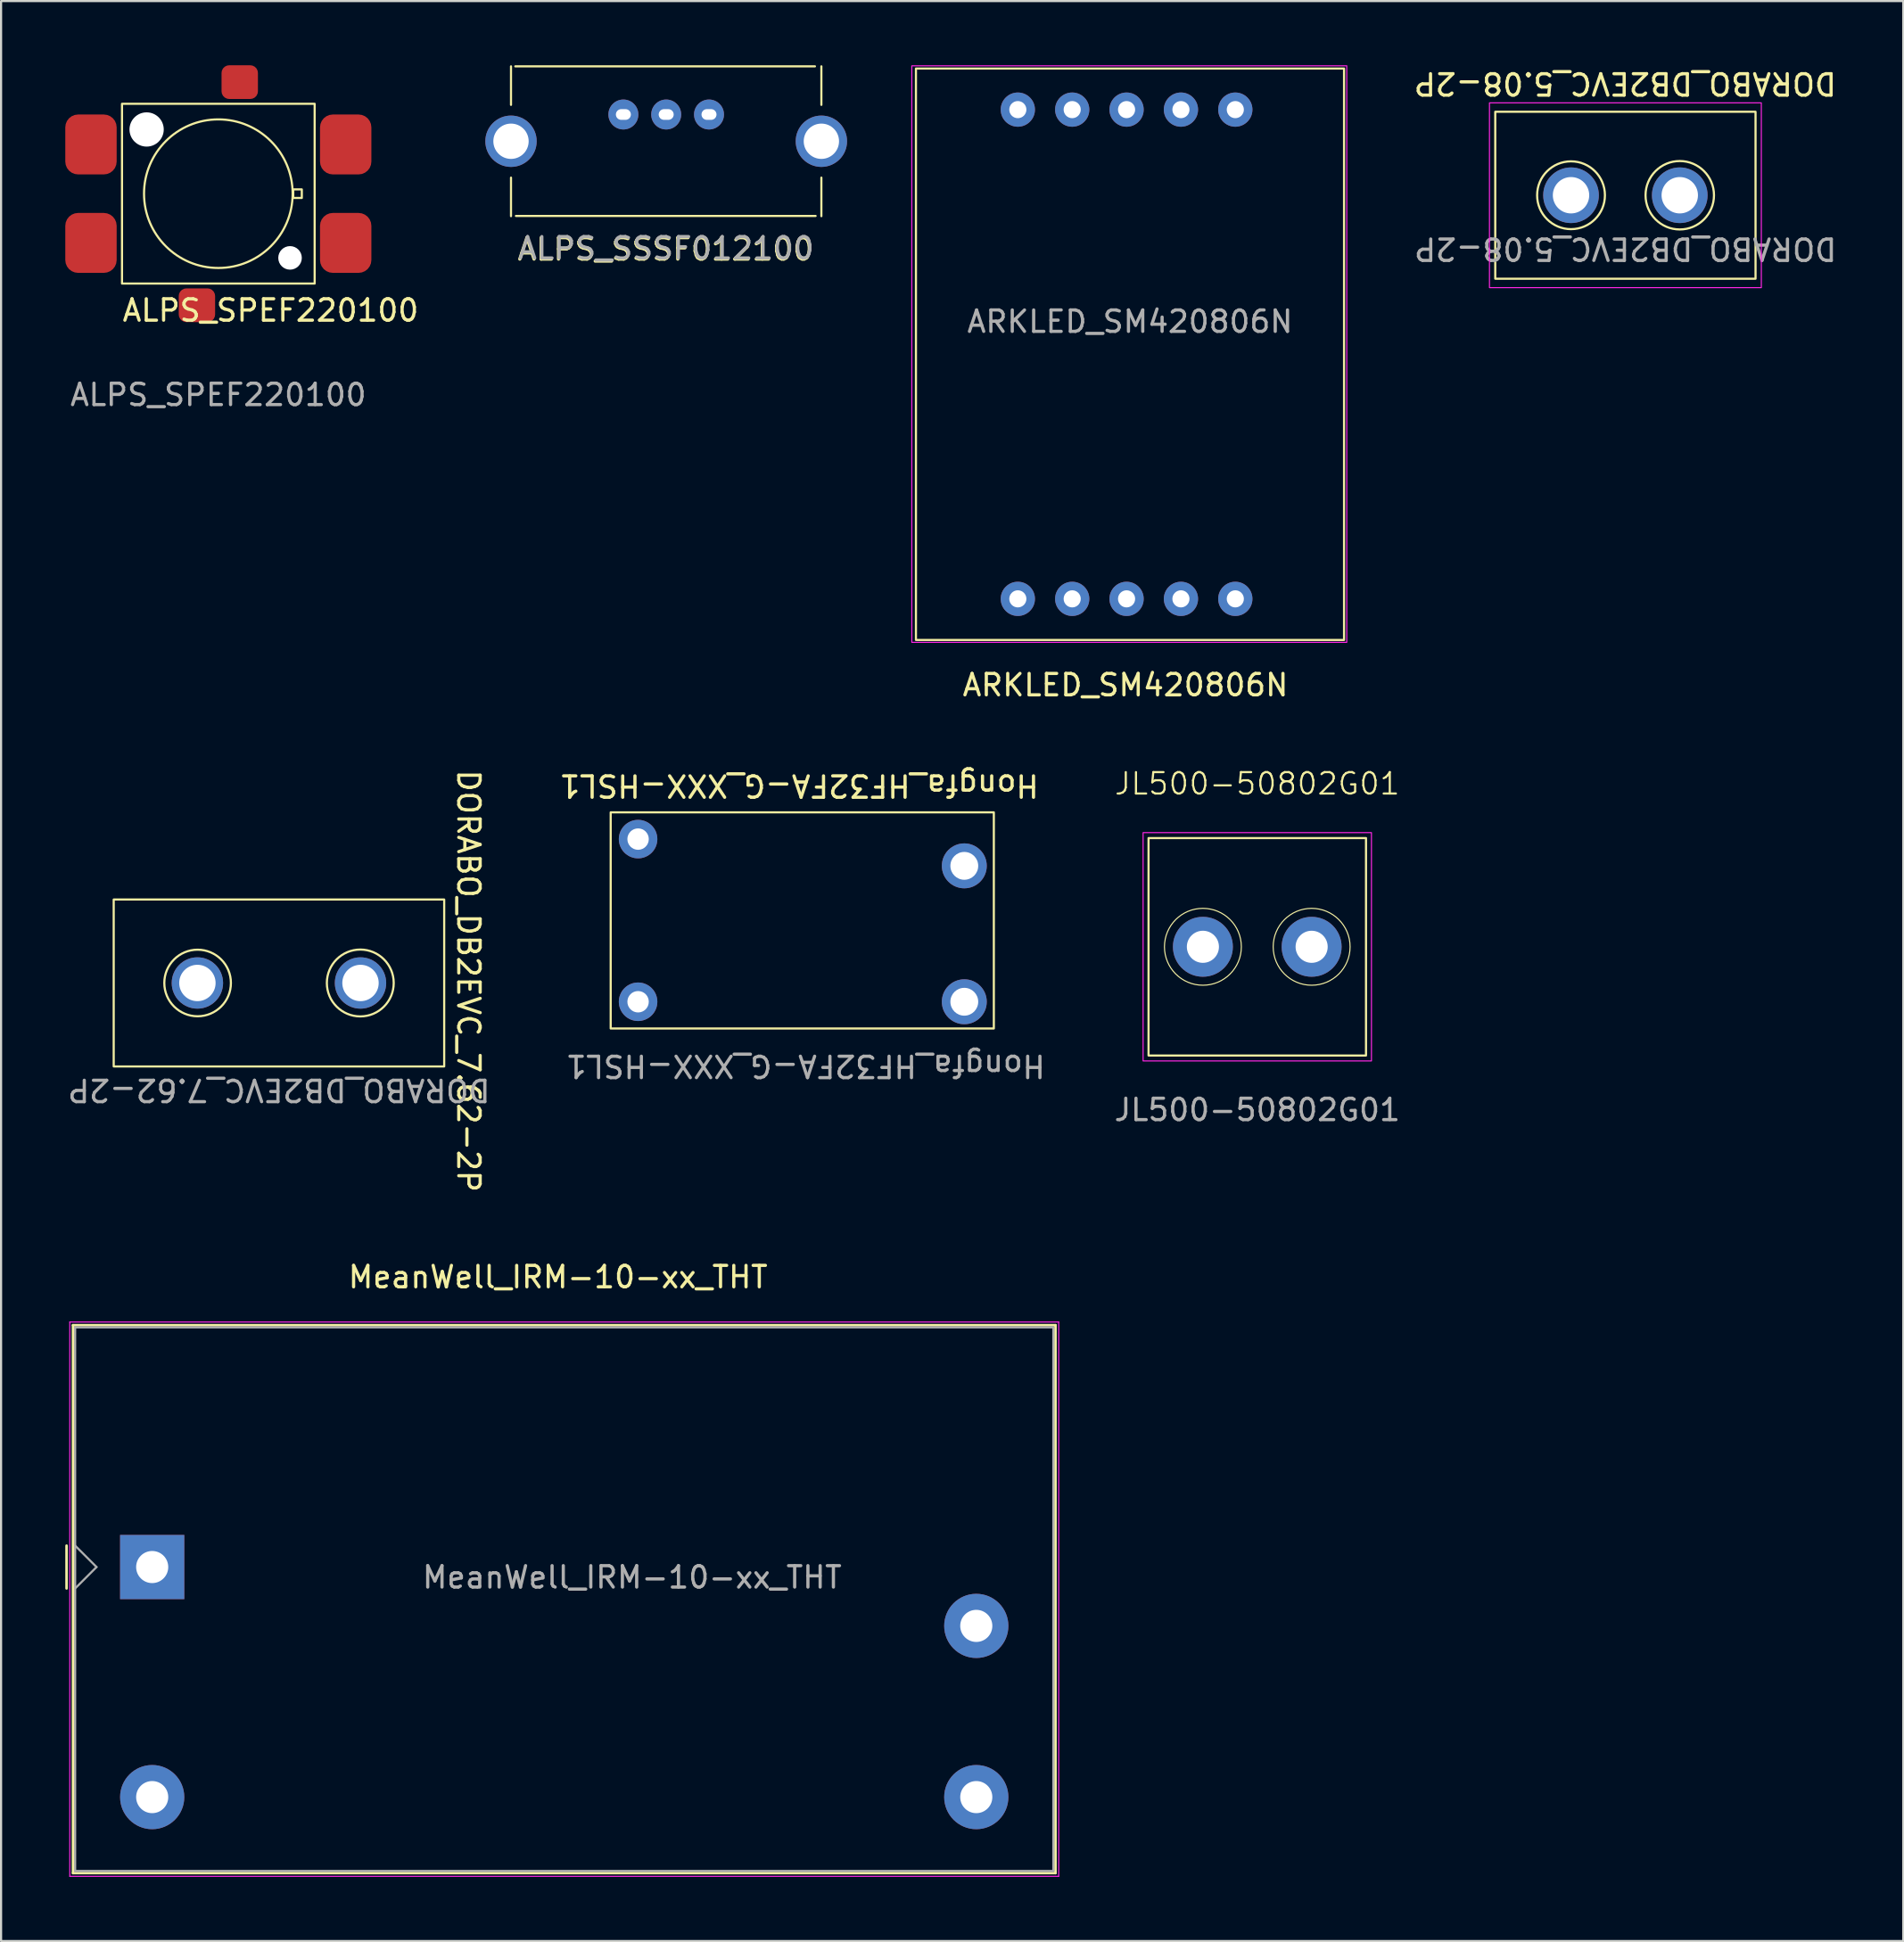
<source format=kicad_pcb>
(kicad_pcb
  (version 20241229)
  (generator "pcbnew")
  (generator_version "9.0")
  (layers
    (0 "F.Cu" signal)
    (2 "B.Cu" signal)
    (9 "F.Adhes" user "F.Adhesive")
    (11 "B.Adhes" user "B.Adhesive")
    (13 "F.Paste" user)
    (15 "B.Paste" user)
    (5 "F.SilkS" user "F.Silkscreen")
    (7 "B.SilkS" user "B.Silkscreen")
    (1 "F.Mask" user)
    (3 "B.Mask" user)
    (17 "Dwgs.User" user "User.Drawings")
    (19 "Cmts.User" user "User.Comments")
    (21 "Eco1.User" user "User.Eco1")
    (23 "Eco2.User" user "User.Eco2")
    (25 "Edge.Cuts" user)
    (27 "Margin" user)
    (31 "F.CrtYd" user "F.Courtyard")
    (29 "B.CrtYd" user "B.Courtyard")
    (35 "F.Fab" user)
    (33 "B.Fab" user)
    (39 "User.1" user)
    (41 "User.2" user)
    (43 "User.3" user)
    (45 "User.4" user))
  (footprint "ALPS_SSSF012100"
    (layer "F.Cu")
    (at 28.073 3.55)
    (property "Reference" "ALPS_SSSF012100" (at -0.03 5.05 0) (unlocked yes) (layer "F.SilkS") (effects (font (size 1 1) (thickness 0.15))))
    (attr through_hole)
    (fp_line (start -7.25 -3.5) (end -7.25 -1.7) (stroke (width 0.1) (type default)) (layer "F.SilkS"))
    (fp_line (start -7.25 3.5) (end -7.25 1.7) (stroke (width 0.1) (type default)) (layer "F.SilkS"))
    (fp_line (start -7.05 -3.5) (end 6.95 -3.5) (stroke (width 0.1) (type default)) (layer "F.SilkS"))
    (fp_line (start -7.02 3.49) (end 6.98 3.49) (stroke (width 0.1) (type default)) (layer "F.SilkS"))
    (fp_line (start 7.25 -3.5) (end 7.25 -1.7) (stroke (width 0.1) (type default)) (layer "F.SilkS"))
    (fp_line (start 7.25 3.5) (end 7.25 1.7) (stroke (width 0.1) (type default)) (layer "F.SilkS"))
    (fp_text user "${REFERENCE}" (at 0 5 0) (unlocked yes) (layer "F.Fab") (effects (font (size 1 1) (thickness 0.15))))
    (pad "" np_thru_hole circle (at -7.25 0) (size 2.4 2.4) (drill 1.65) (layers "*.Cu" "*.Mask"))
    (pad "" np_thru_hole circle (at 7.25 0) (size 2.4 2.4) (drill 1.65) (layers "*.Cu" "*.Mask"))
    (pad "1" thru_hole circle (at -2 -1.25) (size 1.4 1.4) (drill oval 0.7 0.5) (layers "*.Cu" "*.Mask"))
    (pad "2" thru_hole circle (at 0 -1.25) (size 1.4 1.4) (drill oval 0.7 0.5) (layers "*.Cu" "*.Mask"))
    (pad "3" thru_hole circle (at 2 -1.25) (size 1.4 1.4) (drill oval 0.7 0.5) (layers "*.Cu" "*.Mask")))
  (footprint "ARKLED_SM420806N"
    (layer "F.Cu")
    (at 49.741 13.502)
    (property "Reference" "ARKLED_SM420806N" (at -0.212 15.459 0) (unlocked yes) (layer "F.SilkS") (effects (font (size 1 1) (thickness 0.15))))
    (attr through_hole)
    (fp_rect (start -10 -13.35) (end 10 13.35) (stroke (width 0.1) (type default)) (fill no) (layer "F.SilkS"))
    (fp_rect (start -10.193 -13.477) (end 10.127 13.463) (stroke (width 0.05) (type default)) (fill no) (layer "F.CrtYd"))
    (fp_text user "${REFERENCE}" (at 0 -1.524 0) (unlocked yes) (layer "F.Fab") (effects (font (size 1 1) (thickness 0.15))))
    (pad "1" thru_hole circle (at -5.24 11.43) (size 1.6 1.6) (drill 0.8) (layers "*.Cu" "*.Mask"))
    (pad "2" thru_hole circle (at -2.7 11.43) (size 1.6 1.6) (drill 0.8) (layers "*.Cu" "*.Mask"))
    (pad "3" thru_hole circle (at -0.16 11.43) (size 1.6 1.6) (drill 0.8) (layers "*.Cu" "*.Mask"))
    (pad "4" thru_hole circle (at 2.38 11.43) (size 1.6 1.6) (drill 0.8) (layers "*.Cu" "*.Mask"))
    (pad "5" thru_hole circle (at 4.92 11.43) (size 1.6 1.6) (drill 0.8) (layers "*.Cu" "*.Mask"))
    (pad "6" thru_hole circle (at 4.92 -11.43) (size 1.6 1.6) (drill 0.8) (layers "*.Cu" "*.Mask"))
    (pad "7" thru_hole circle (at 2.38 -11.43) (size 1.6 1.6) (drill 0.8) (layers "*.Cu" "*.Mask"))
    (pad "8" thru_hole circle (at -0.16 -11.43) (size 1.6 1.6) (drill 0.8) (layers "*.Cu" "*.Mask"))
    (pad "9" thru_hole circle (at -2.7 -11.43) (size 1.6 1.6) (drill 0.8) (layers "*.Cu" "*.Mask"))
    (pad "10" thru_hole circle (at -5.24 -11.43) (size 1.6 1.6) (drill 0.8) (layers "*.Cu" "*.Mask")))
  (footprint "DORABO_DB2EVC_5.08-2P"
    (layer "F.Cu")
    (at 72.885 6.073)
    (property "Reference" "DORABO_DB2EVC_5.08-2P" (at -0.01 -5.225 180) (unlocked yes) (layer "F.SilkS") (effects (font (size 1 1) (thickness 0.15))))
    (attr through_hole)
    (fp_rect (start 6.08 3.9) (end -6.08 -3.9) (stroke (width 0.1) (type default)) (fill no) (layer "F.SilkS"))
    (fp_circle (center -2.54 0) (end -1.4 1.1) (stroke (width 0.1) (type default)) (fill no) (layer "F.SilkS"))
    (fp_circle (center 2.54 0) (end 3.7 1.1) (stroke (width 0.1) (type default)) (fill no) (layer "F.SilkS"))
    (fp_rect (start 6.35 4.318) (end -6.35 -4.318) (stroke (width 0.05) (type default)) (fill no) (layer "F.CrtYd"))
    (fp_text user "${REFERENCE}" (at 0 2.5 180) (unlocked yes) (layer "F.Fab") (effects (font (size 1 1) (thickness 0.15))))
    (pad "1" thru_hole circle (at -2.54 0 180) (size 2.6 2.6) (drill 1.7) (layers "*.Cu" "*.Mask"))
    (pad "2" thru_hole circle (at 2.54 0 180) (size 2.6 2.6) (drill 1.7) (layers "*.Cu" "*.Mask")))
  (footprint "MeanWell_IRM-10-xx_THT"
    (layer "F.Cu")
    (at 4.06 70.172)
    (property "Reference" "MeanWell_IRM-10-xx_THT" (at 18.957 -13.55 0) (layer "F.SilkS") (effects (font (size 1 1) (thickness 0.15))))
    (attr through_hole)
    (fp_line (start -4 1) (end -4 -1) (stroke (width 0.12) (type solid)) (layer "F.SilkS"))
    (fp_line (start -3.7 14.3) (end -3.7 -11.3) (stroke (width 0.12) (type solid)) (layer "F.SilkS"))
    (fp_line (start 42.2 -11.3) (end -3.7 -11.3) (stroke (width 0.12) (type solid)) (layer "F.SilkS"))
    (fp_line (start 42.2 14.3) (end -3.7 14.3) (stroke (width 0.12) (type solid)) (layer "F.SilkS"))
    (fp_line (start 42.2 14.3) (end 42.2 -11.3) (stroke (width 0.12) (type solid)) (layer "F.SilkS"))
    (fp_line (start -3.85 14.45) (end -3.85 -11.45) (stroke (width 0.05) (type solid)) (layer "F.CrtYd"))
    (fp_line (start 42.35 -11.45) (end -3.85 -11.45) (stroke (width 0.05) (type solid)) (layer "F.CrtYd"))
    (fp_line (start 42.35 14.45) (end -3.85 14.45) (stroke (width 0.05) (type solid)) (layer "F.CrtYd"))
    (fp_line (start 42.35 14.45) (end 42.35 -11.45) (stroke (width 0.05) (type solid)) (layer "F.CrtYd"))
    (fp_line (start -3.6 -11.2) (end 42.1 -11.2) (stroke (width 0.1) (type solid)) (layer "F.Fab"))
    (fp_line (start -3.6 14.2) (end -3.6 -11.2) (stroke (width 0.1) (type solid)) (layer "F.Fab"))
    (fp_line (start -2.6 0) (end -3.6 -1) (stroke (width 0.1) (type solid)) (layer "F.Fab"))
    (fp_line (start -2.6 0) (end -3.6 1) (stroke (width 0.1) (type solid)) (layer "F.Fab"))
    (fp_line (start 42.1 14.2) (end -3.6 14.2) (stroke (width 0.1) (type solid)) (layer "F.Fab"))
    (fp_line (start 42.1 14.2) (end 42.1 -11.2) (stroke (width 0.1) (type solid)) (layer "F.Fab"))
    (fp_text user "${REFERENCE}" (at 22.42 0.48 0) (layer "F.Fab") (effects (font (size 1 1) (thickness 0.15))))
    (pad "1" thru_hole rect (at 0 0 180) (size 3 3) (drill 1.5) (layers "*.Cu" "*.Mask"))
    (pad "2" thru_hole circle (at 0 10.75 180) (size 3 3) (drill 1.5) (layers "*.Cu" "*.Mask"))
    (pad "3" thru_hole circle (at 38.5 10.75 180) (size 3 3) (drill 1.5) (layers "*.Cu" "*.Mask"))
    (pad "4" thru_hole circle (at 38.5 2.75 180) (size 3 3) (drill 1.5) (layers "*.Cu" "*.Mask")))
  (footprint "ALPS_SPEF220100"
    (layer "F.Cu")
    (at 7.15 6)
    (property "Reference" "ALPS_SPEF220100" (at 2.443 5.455 0) (unlocked yes) (layer "F.SilkS") (effects (font (size 1 1) (thickness 0.15))))
    (attr smd)
    (fp_rect (start -4.5 -4.2) (end 4.5 4.2) (stroke (width 0.1) (type default)) (fill no) (layer "F.SilkS"))
    (fp_rect (start 3.5 -0.2) (end 3.9 0.2) (stroke (width 0.1) (type default)) (fill no) (layer "F.SilkS"))
    (fp_circle (center 0 0) (end 2.3 2.6) (stroke (width 0.1) (type default)) (fill no) (layer "F.SilkS"))
    (fp_text user "${REFERENCE}" (at 0 9.4 0) (unlocked yes) (layer "F.Fab") (effects (font (size 1 1) (thickness 0.15))))
    (pad "" np_thru_hole circle (at -3.35 -3) (size 1.6 1.6) (drill 1.6) (layers "*.Cu" "*.Mask"))
    (pad "" smd roundrect (at -1 5.213) (size 1.7 1.575) (layers "F.Cu" "F.Mask" "F.Paste") (roundrect_rratio 0.227))
    (pad "" smd roundrect (at 1 -5.213) (size 1.7 1.575) (layers "F.Cu" "F.Mask" "F.Paste") (roundrect_rratio 0.227))
    (pad "" np_thru_hole circle (at 3.35 3) (size 1.1 1.1) (drill 1.1) (layers "*.Cu" "*.Mask"))
    (pad "1" smd roundrect (at 5.95 -2.3) (size 2.4 2.8) (layers "F.Cu" "F.Mask" "F.Paste") (roundrect_rratio 0.25))
    (pad "2" smd roundrect (at 5.95 2.3) (size 2.4 2.8) (layers "F.Cu" "F.Mask" "F.Paste") (roundrect_rratio 0.25))
    (pad "3" smd roundrect (at -5.95 -2.3) (size 2.4 2.8) (layers "F.Cu" "F.Mask" "F.Paste") (roundrect_rratio 0.25))
    (pad "3" smd roundrect (at -5.95 2.3) (size 2.4 2.8) (layers "F.Cu" "F.Mask" "F.Paste") (roundrect_rratio 0.25)))
  (footprint "JL500-50802G01"
    (layer "F.Cu")
    (at 55.687 41.19)
    (property "Reference" "JL500-50802G01" (at 0 -7.62 0) (unlocked yes) (layer "F.SilkS") (effects (font (size 1 1) (thickness 0.1))))
    (attr through_hole)
    (fp_rect (start -5.08 -5.08) (end 5.08 5.08) (stroke (width 0.1) (type default)) (fill no) (layer "F.SilkS"))
    (fp_circle (center -2.54 0) (end -1.27 1.27) (stroke (width 0.05) (type solid)) (fill no) (layer "F.SilkS"))
    (fp_circle (center 2.54 0) (end 3.81 1.27) (stroke (width 0.05) (type solid)) (fill no) (layer "F.SilkS"))
    (fp_rect (start -5.334 -5.334) (end 5.334 5.334) (stroke (width 0.05) (type default)) (fill no) (layer "F.CrtYd"))
    (fp_text user "${REFERENCE}" (at 0 7.62 0) (unlocked yes) (layer "F.Fab") (effects (font (size 1 1) (thickness 0.15))))
    (pad "1" thru_hole circle (at -2.54 0) (size 2.8 2.8) (drill 1.5) (layers "*.Cu" "*.Mask"))
    (pad "2" thru_hole circle (at 2.54 0) (size 2.8 2.8) (drill 1.5) (layers "*.Cu" "*.Mask")))
  (footprint "Hongfa_HF32FA-G_XXX-HSL1"
    (layer "F.Cu")
    (at 34.38 39.958)
    (property "Reference" "Hongfa_HF32FA-G_XXX-HSL1" (at -0.1 -6.3 180) (unlocked yes) (layer "F.SilkS") (effects (font (size 1 1) (thickness 0.15))))
    (attr through_hole)
    (fp_rect (start 9 -5.05) (end -8.9 5.05) (stroke (width 0.1) (type default)) (fill no) (layer "F.SilkS"))
    (fp_text user "${REFERENCE}" (at 0.2 6.8 180) (unlocked yes) (layer "F.Fab") (effects (font (size 1 1) (thickness 0.15))))
    (pad "1" thru_hole circle (at -7.62 3.8 180) (size 1.8 1.8) (drill 1) (layers "*.Cu" "*.Mask"))
    (pad "2" thru_hole circle (at -7.62 -3.8 180) (size 1.8 1.8) (drill 1) (layers "*.Cu" "*.Mask"))
    (pad "3" thru_hole circle (at 7.62 3.8 180) (size 2.1 2.1) (drill 1.3) (layers "*.Cu" "*.Mask"))
    (pad "4" thru_hole circle (at 7.62 -2.55 180) (size 2.1 2.1) (drill 1.3) (layers "*.Cu" "*.Mask")))
  (footprint "DORABO_DB2EVC_7.62-2P"
    (layer "F.Cu")
    (at 9.982 42.881)
    (property "Reference" "DORABO_DB2EVC_7.62-2P" (at 8.855 -0.09 270) (unlocked yes) (layer "F.SilkS") (effects (font (size 1 1) (thickness 0.15))))
    (attr through_hole)
    (fp_rect (start 7.72 3.9) (end -7.72 -3.9) (stroke (width 0.1) (type default)) (fill no) (layer "F.SilkS"))
    (fp_circle (center -3.8 0) (end -2.7 1.1) (stroke (width 0.1) (type default)) (fill no) (layer "F.SilkS"))
    (fp_circle (center 3.8 0) (end 4.8 1.2) (stroke (width 0.1) (type default)) (fill no) (layer "F.SilkS"))
    (fp_text user "${REFERENCE}" (at 0 5 180) (unlocked yes) (layer "F.Fab") (effects (font (size 1 1) (thickness 0.15))))
    (pad "1" thru_hole circle (at -3.81 0 180) (size 2.4 2.4) (drill 1.7) (layers "*.Cu" "*.Mask"))
    (pad "2" thru_hole circle (at 3.81 0 180) (size 2.4 2.4) (drill 1.7) (layers "*.Cu" "*.Mask")))
  (gr_rect
    (start -3 -3)
    (end 85.867 87.647)
    (stroke (width 0.1) (type default))
    (fill no)
    (layer "Edge.Cuts")))
</source>
